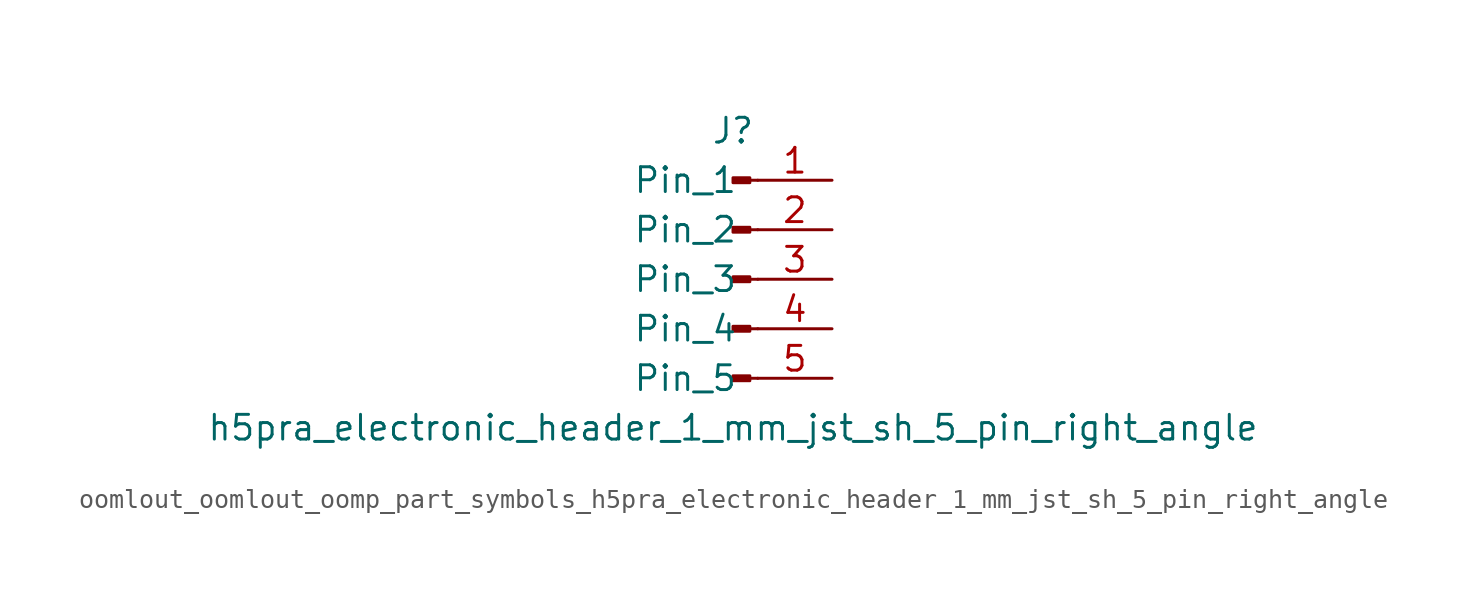
<source format=kicad_sym>
(kicad_symbol_lib
  (version 20220914)
  (generator kicad_symbol_editor)
  (symbol "oomlout_oomlout_oomp_part_symbols_h5pra_electronic_header_1_mm_jst_sh_5_pin_right_angle"
    (pin_names
      (offset 1.016))
    (property "Reference" "J"
      (at 0 7.62 0)
      (effects (font (size 1.27 1.27))))
    (property "Value" "h5pra_electronic_header_1_mm_jst_sh_5_pin_right_angle"
      (at 0 -7.62 0)
      (effects (font (size 1.27 1.27))))
    (property "ki_locked" ""
      (at 0 0 0)
      (effects (font (size 1.27 1.27))))
    (symbol "oomlout_oomlout_oomp_part_symbols_h5pra_electronic_header_1_mm_jst_sh_5_pin_right_angle_1_1"
      (polyline (pts (xy 1.27 -5.08) (xy 0.864 -5.08)) (stroke (width 0.152) (type default)) (fill (type none)))
      (polyline (pts (xy 1.27 -2.54) (xy 0.864 -2.54)) (stroke (width 0.152) (type default)) (fill (type none)))
      (polyline (pts (xy 1.27 0) (xy 0.864 0)) (stroke (width 0.152) (type default)) (fill (type none)))
      (polyline (pts (xy 1.27 2.54) (xy 0.864 2.54)) (stroke (width 0.152) (type default)) (fill (type none)))
      (polyline (pts (xy 1.27 5.08) (xy 0.864 5.08)) (stroke (width 0.152) (type default)) (fill (type none)))
      (rectangle (start 0.864 -4.953) (end 0 -5.207) (stroke (width 0.152) (type default)) (fill (type outline)))
      (rectangle (start 0.864 -2.413) (end 0 -2.667) (stroke (width 0.152) (type default)) (fill (type outline)))
      (rectangle (start 0.864 0.127) (end 0 -0.127) (stroke (width 0.152) (type default)) (fill (type outline)))
      (rectangle (start 0.864 2.667) (end 0 2.413) (stroke (width 0.152) (type default)) (fill (type outline)))
      (rectangle (start 0.864 5.207) (end 0 4.953) (stroke (width 0.152) (type default)) (fill (type outline)))
      (pin passive line (at 5.08 5.08 180) (length 3.81) (name "Pin_1" (effects (font (size 1.27 1.27)))) (number "1" (effects (font (size 1.27 1.27)))))
      (pin passive line (at 5.08 2.54 180) (length 3.81) (name "Pin_2" (effects (font (size 1.27 1.27)))) (number "2" (effects (font (size 1.27 1.27)))))
      (pin passive line (at 5.08 0 180) (length 3.81) (name "Pin_3" (effects (font (size 1.27 1.27)))) (number "3" (effects (font (size 1.27 1.27)))))
      (pin passive line (at 5.08 -2.54 180) (length 3.81) (name "Pin_4" (effects (font (size 1.27 1.27)))) (number "4" (effects (font (size 1.27 1.27)))))
      (pin passive line (at 5.08 -5.08 180) (length 3.81) (name "Pin_5" (effects (font (size 1.27 1.27)))) (number "5" (effects (font (size 1.27 1.27))))))))
</source>
